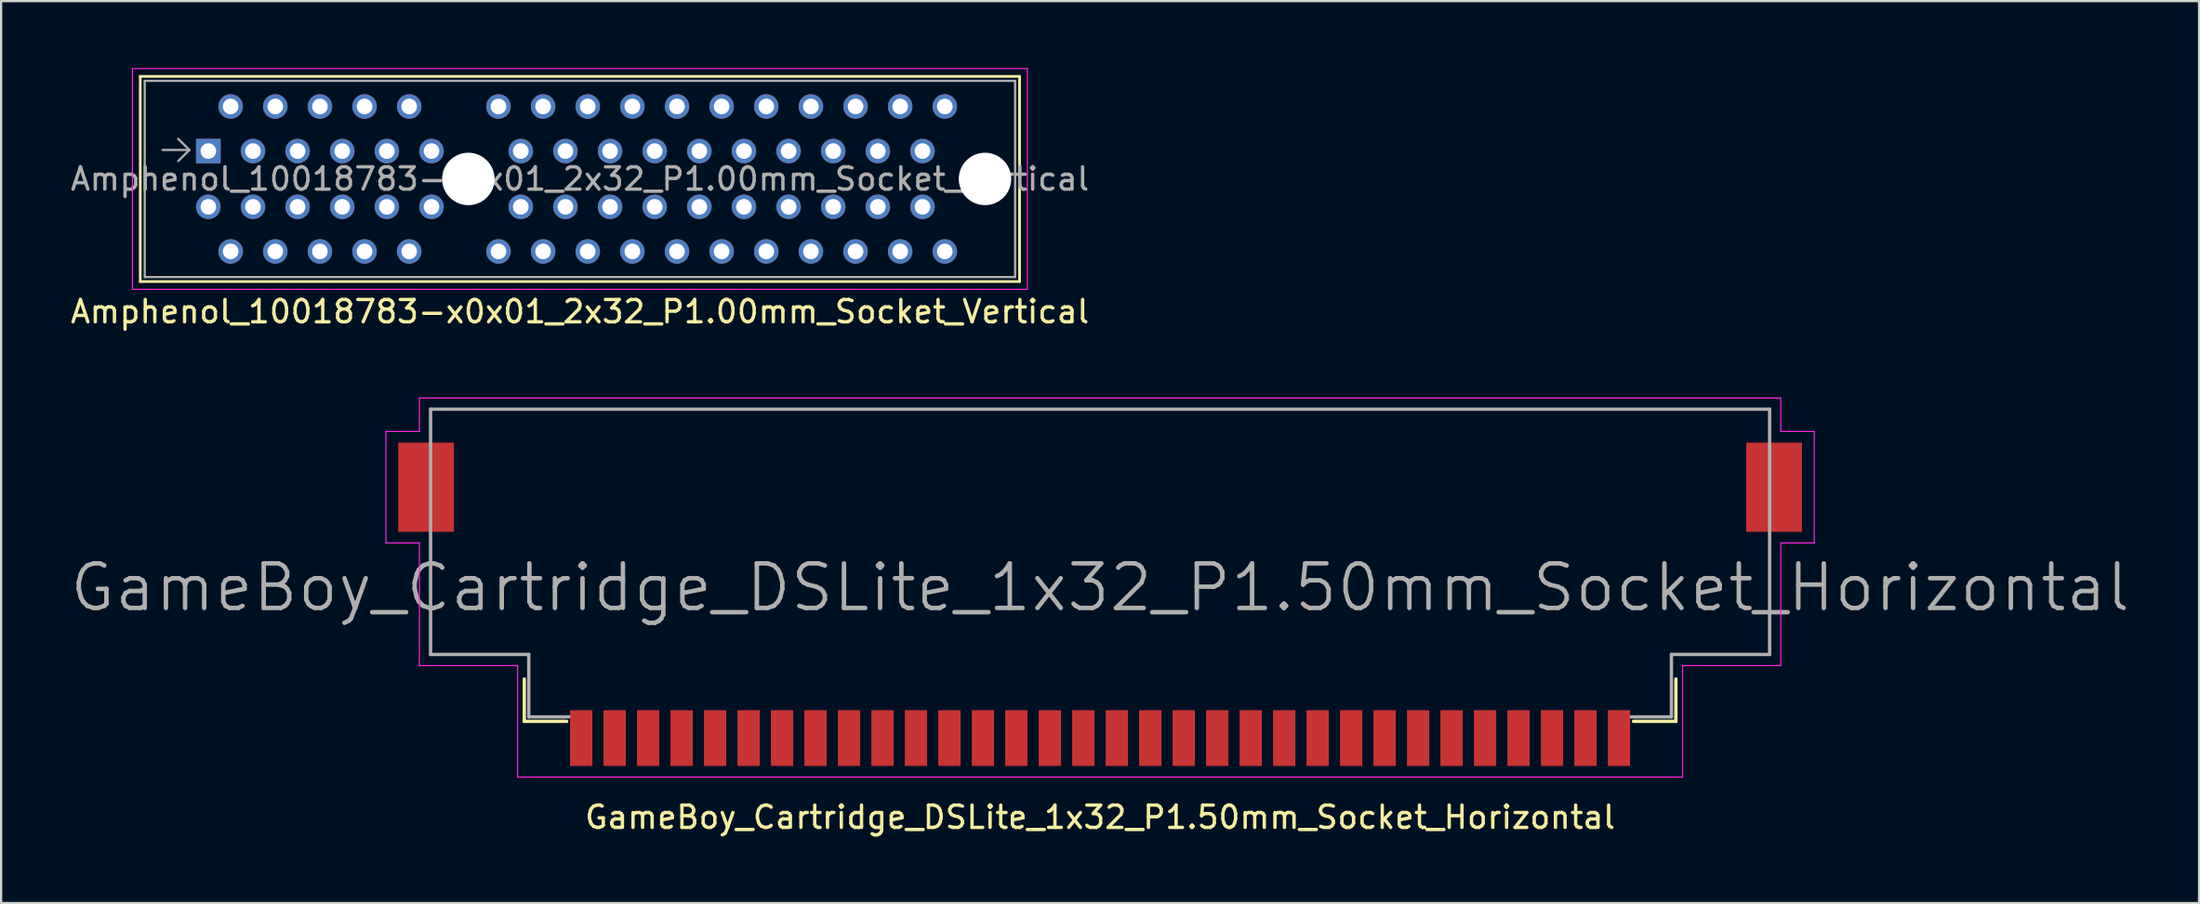
<source format=kicad_pcb>
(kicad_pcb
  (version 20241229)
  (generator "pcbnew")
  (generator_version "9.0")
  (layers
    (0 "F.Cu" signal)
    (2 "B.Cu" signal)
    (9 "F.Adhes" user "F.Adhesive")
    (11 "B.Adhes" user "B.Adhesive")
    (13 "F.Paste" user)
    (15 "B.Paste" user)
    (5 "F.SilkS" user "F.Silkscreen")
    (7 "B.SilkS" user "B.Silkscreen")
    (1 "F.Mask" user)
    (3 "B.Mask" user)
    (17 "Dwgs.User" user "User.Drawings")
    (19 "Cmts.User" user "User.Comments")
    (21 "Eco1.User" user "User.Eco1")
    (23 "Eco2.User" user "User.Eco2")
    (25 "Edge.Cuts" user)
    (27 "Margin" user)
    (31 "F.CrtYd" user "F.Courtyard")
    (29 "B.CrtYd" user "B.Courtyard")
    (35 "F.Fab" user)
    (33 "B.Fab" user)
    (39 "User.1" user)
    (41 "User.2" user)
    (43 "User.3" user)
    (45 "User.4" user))
  (footprint "Amphenol_10018783-x0x01_2x32_P1.00mm_Socket_Vertical"
    (layer "F.Cu")
    (at 6.285 3.725)
    (property "Reference" "Amphenol_10018783-x0x01_2x32_P1.00mm_Socket_Vertical" (at 16.65 7.2 0) (layer "F.SilkS") (effects (font (size 1 1) (thickness 0.15))))
    (attr through_hole)
    (fp_line (start -3.05 -3.35) (end -3.05 5.85) (stroke (width 0.12) (type solid)) (layer "F.SilkS"))
    (fp_line (start -3.05 5.85) (end 36.35 5.85) (stroke (width 0.12) (type solid)) (layer "F.SilkS"))
    (fp_line (start 36.35 -3.35) (end -3.05 -3.35) (stroke (width 0.12) (type solid)) (layer "F.SilkS"))
    (fp_line (start 36.35 5.85) (end 36.35 -3.35) (stroke (width 0.12) (type solid)) (layer "F.SilkS"))
    (fp_line (start -3.4 -3.7) (end -3.4 6.2) (stroke (width 0.05) (type solid)) (layer "F.CrtYd"))
    (fp_line (start -3.4 6.2) (end 36.7 6.2) (stroke (width 0.05) (type solid)) (layer "F.CrtYd"))
    (fp_line (start 36.7 -3.7) (end -3.4 -3.7) (stroke (width 0.05) (type solid)) (layer "F.CrtYd"))
    (fp_line (start 36.7 6.2) (end 36.7 -3.7) (stroke (width 0.05) (type solid)) (layer "F.CrtYd"))
    (fp_line (start -2.85 -3.15) (end -2.85 5.65) (stroke (width 0.1) (type solid)) (layer "F.Fab"))
    (fp_line (start -0.85 -0.05) (end -2.05 -0.05) (stroke (width 0.1) (type solid)) (layer "F.Fab"))
    (fp_line (start -0.85 -0.05) (end -1.35 -0.55) (stroke (width 0.1) (type solid)) (layer "F.Fab"))
    (fp_line (start -0.85 -0.05) (end -1.35 0.45) (stroke (width 0.1) (type solid)) (layer "F.Fab"))
    (fp_line (start 36.15 -3.15) (end -2.85 -3.15) (stroke (width 0.1) (type solid)) (layer "F.Fab"))
    (fp_line (start 36.15 -3.15) (end 36.15 5.65) (stroke (width 0.1) (type solid)) (layer "F.Fab"))
    (fp_line (start 36.15 5.65) (end -2.85 5.65) (stroke (width 0.1) (type solid)) (layer "F.Fab"))
    (fp_text user "${REFERENCE}" (at 16.65 1.25 0) (layer "F.Fab") (effects (font (size 1 1) (thickness 0.15))))
    (pad "" np_thru_hole circle (at 11.65 1.25) (size 2.35 2.35) (drill 2.35) (layers "*.Cu" "*.Mask"))
    (pad "" np_thru_hole circle (at 34.8 1.25) (size 2.35 2.35) (drill 2.35) (layers "*.Cu" "*.Mask"))
    (pad "A1" thru_hole rect (at 0 0) (size 1.1 1.1) (drill 0.7) (layers "*.Cu" "*.Mask"))
    (pad "A2" thru_hole circle (at 1 -2) (size 1.1 1.1) (drill 0.7) (layers "*.Cu" "*.Mask"))
    (pad "A3" thru_hole circle (at 2 0) (size 1.1 1.1) (drill 0.7) (layers "*.Cu" "*.Mask"))
    (pad "A4" thru_hole circle (at 3 -2) (size 1.1 1.1) (drill 0.7) (layers "*.Cu" "*.Mask"))
    (pad "A5" thru_hole circle (at 4 0) (size 1.1 1.1) (drill 0.7) (layers "*.Cu" "*.Mask"))
    (pad "A6" thru_hole circle (at 5 -2) (size 1.1 1.1) (drill 0.7) (layers "*.Cu" "*.Mask"))
    (pad "A7" thru_hole circle (at 6 0) (size 1.1 1.1) (drill 0.7) (layers "*.Cu" "*.Mask"))
    (pad "A8" thru_hole circle (at 7 -2) (size 1.1 1.1) (drill 0.7) (layers "*.Cu" "*.Mask"))
    (pad "A9" thru_hole circle (at 8 0) (size 1.1 1.1) (drill 0.7) (layers "*.Cu" "*.Mask"))
    (pad "A10" thru_hole circle (at 9 -2) (size 1.1 1.1) (drill 0.7) (layers "*.Cu" "*.Mask"))
    (pad "A11" thru_hole circle (at 10 0) (size 1.1 1.1) (drill 0.7) (layers "*.Cu" "*.Mask"))
    (pad "A12" thru_hole circle (at 13 -2) (size 1.1 1.1) (drill 0.7) (layers "*.Cu" "*.Mask"))
    (pad "A13" thru_hole circle (at 14 0) (size 1.1 1.1) (drill 0.7) (layers "*.Cu" "*.Mask"))
    (pad "A14" thru_hole circle (at 15 -2) (size 1.1 1.1) (drill 0.7) (layers "*.Cu" "*.Mask"))
    (pad "A15" thru_hole circle (at 16 0) (size 1.1 1.1) (drill 0.7) (layers "*.Cu" "*.Mask"))
    (pad "A16" thru_hole circle (at 17 -2) (size 1.1 1.1) (drill 0.7) (layers "*.Cu" "*.Mask"))
    (pad "A17" thru_hole circle (at 18 0) (size 1.1 1.1) (drill 0.7) (layers "*.Cu" "*.Mask"))
    (pad "A18" thru_hole circle (at 19 -2) (size 1.1 1.1) (drill 0.7) (layers "*.Cu" "*.Mask"))
    (pad "A19" thru_hole circle (at 20 0) (size 1.1 1.1) (drill 0.7) (layers "*.Cu" "*.Mask"))
    (pad "A20" thru_hole circle (at 21 -2) (size 1.1 1.1) (drill 0.7) (layers "*.Cu" "*.Mask"))
    (pad "A21" thru_hole circle (at 22 0) (size 1.1 1.1) (drill 0.7) (layers "*.Cu" "*.Mask"))
    (pad "A22" thru_hole circle (at 23 -2) (size 1.1 1.1) (drill 0.7) (layers "*.Cu" "*.Mask"))
    (pad "A23" thru_hole circle (at 24 0) (size 1.1 1.1) (drill 0.7) (layers "*.Cu" "*.Mask"))
    (pad "A24" thru_hole circle (at 25 -2) (size 1.1 1.1) (drill 0.7) (layers "*.Cu" "*.Mask"))
    (pad "A25" thru_hole circle (at 26 0) (size 1.1 1.1) (drill 0.7) (layers "*.Cu" "*.Mask"))
    (pad "A26" thru_hole circle (at 27 -2) (size 1.1 1.1) (drill 0.7) (layers "*.Cu" "*.Mask"))
    (pad "A27" thru_hole circle (at 28 0) (size 1.1 1.1) (drill 0.7) (layers "*.Cu" "*.Mask"))
    (pad "A28" thru_hole circle (at 29 -2) (size 1.1 1.1) (drill 0.7) (layers "*.Cu" "*.Mask"))
    (pad "A29" thru_hole circle (at 30 0) (size 1.1 1.1) (drill 0.7) (layers "*.Cu" "*.Mask"))
    (pad "A30" thru_hole circle (at 31 -2) (size 1.1 1.1) (drill 0.7) (layers "*.Cu" "*.Mask"))
    (pad "A31" thru_hole circle (at 32 0) (size 1.1 1.1) (drill 0.7) (layers "*.Cu" "*.Mask"))
    (pad "A32" thru_hole circle (at 33 -2) (size 1.1 1.1) (drill 0.7) (layers "*.Cu" "*.Mask"))
    (pad "B1" thru_hole circle (at 0 2.5) (size 1.1 1.1) (drill 0.7) (layers "*.Cu" "*.Mask"))
    (pad "B2" thru_hole circle (at 1 4.5) (size 1.1 1.1) (drill 0.7) (layers "*.Cu" "*.Mask"))
    (pad "B3" thru_hole circle (at 2 2.5) (size 1.1 1.1) (drill 0.7) (layers "*.Cu" "*.Mask"))
    (pad "B4" thru_hole circle (at 3 4.5) (size 1.1 1.1) (drill 0.7) (layers "*.Cu" "*.Mask"))
    (pad "B5" thru_hole circle (at 4 2.5) (size 1.1 1.1) (drill 0.7) (layers "*.Cu" "*.Mask"))
    (pad "B6" thru_hole circle (at 5 4.5) (size 1.1 1.1) (drill 0.7) (layers "*.Cu" "*.Mask"))
    (pad "B7" thru_hole circle (at 6 2.5) (size 1.1 1.1) (drill 0.7) (layers "*.Cu" "*.Mask"))
    (pad "B8" thru_hole circle (at 7 4.5) (size 1.1 1.1) (drill 0.7) (layers "*.Cu" "*.Mask"))
    (pad "B9" thru_hole circle (at 8 2.5) (size 1.1 1.1) (drill 0.7) (layers "*.Cu" "*.Mask"))
    (pad "B10" thru_hole circle (at 9 4.5) (size 1.1 1.1) (drill 0.7) (layers "*.Cu" "*.Mask"))
    (pad "B11" thru_hole circle (at 10 2.5) (size 1.1 1.1) (drill 0.7) (layers "*.Cu" "*.Mask"))
    (pad "B12" thru_hole circle (at 13 4.5) (size 1.1 1.1) (drill 0.7) (layers "*.Cu" "*.Mask"))
    (pad "B13" thru_hole circle (at 14 2.5) (size 1.1 1.1) (drill 0.7) (layers "*.Cu" "*.Mask"))
    (pad "B14" thru_hole circle (at 15 4.5) (size 1.1 1.1) (drill 0.7) (layers "*.Cu" "*.Mask"))
    (pad "B15" thru_hole circle (at 16 2.5) (size 1.1 1.1) (drill 0.7) (layers "*.Cu" "*.Mask"))
    (pad "B16" thru_hole circle (at 17 4.5) (size 1.1 1.1) (drill 0.7) (layers "*.Cu" "*.Mask"))
    (pad "B17" thru_hole circle (at 18 2.5) (size 1.1 1.1) (drill 0.7) (layers "*.Cu" "*.Mask"))
    (pad "B18" thru_hole circle (at 19 4.5) (size 1.1 1.1) (drill 0.7) (layers "*.Cu" "*.Mask"))
    (pad "B19" thru_hole circle (at 20 2.5) (size 1.1 1.1) (drill 0.7) (layers "*.Cu" "*.Mask"))
    (pad "B20" thru_hole circle (at 21 4.5) (size 1.1 1.1) (drill 0.7) (layers "*.Cu" "*.Mask"))
    (pad "B21" thru_hole circle (at 22 2.5) (size 1.1 1.1) (drill 0.7) (layers "*.Cu" "*.Mask"))
    (pad "B22" thru_hole circle (at 23 4.5) (size 1.1 1.1) (drill 0.7) (layers "*.Cu" "*.Mask"))
    (pad "B23" thru_hole circle (at 24 2.5) (size 1.1 1.1) (drill 0.7) (layers "*.Cu" "*.Mask"))
    (pad "B24" thru_hole circle (at 25 4.5) (size 1.1 1.1) (drill 0.7) (layers "*.Cu" "*.Mask"))
    (pad "B25" thru_hole circle (at 26 2.5) (size 1.1 1.1) (drill 0.7) (layers "*.Cu" "*.Mask"))
    (pad "B26" thru_hole circle (at 27 4.5) (size 1.1 1.1) (drill 0.7) (layers "*.Cu" "*.Mask"))
    (pad "B27" thru_hole circle (at 28 2.5) (size 1.1 1.1) (drill 0.7) (layers "*.Cu" "*.Mask"))
    (pad "B28" thru_hole circle (at 29 4.5) (size 1.1 1.1) (drill 0.7) (layers "*.Cu" "*.Mask"))
    (pad "B29" thru_hole circle (at 30 2.5) (size 1.1 1.1) (drill 0.7) (layers "*.Cu" "*.Mask"))
    (pad "B30" thru_hole circle (at 31 4.5) (size 1.1 1.1) (drill 0.7) (layers "*.Cu" "*.Mask"))
    (pad "B31" thru_hole circle (at 32 2.5) (size 1.1 1.1) (drill 0.7) (layers "*.Cu" "*.Mask"))
    (pad "B32" thru_hole circle (at 33 4.5) (size 1.1 1.1) (drill 0.7) (layers "*.Cu" "*.Mask")))
  (footprint "GameBoy_Cartridge_DSLite_1x32_P1.50mm_Socket_Horizontal"
    (layer "F.Cu")
    (at 46.243 24.048)
    (property "Reference" "GameBoy_Cartridge_DSLite_1x32_P1.50mm_Socket_Horizontal" (at 0 9.55 180) (layer "F.SilkS") (effects (font (size 1 1) (thickness 0.15))))
    (attr smd)
    (fp_line (start -25.8 5.25) (end -25.8 3.35) (stroke (width 0.15) (type solid)) (layer "F.SilkS"))
    (fp_line (start -23.9 5.25) (end -25.8 5.25) (stroke (width 0.15) (type solid)) (layer "F.SilkS"))
    (fp_line (start 23.9 5.25) (end 25.8 5.25) (stroke (width 0.15) (type solid)) (layer "F.SilkS"))
    (fp_line (start 25.8 5.25) (end 25.8 3.35) (stroke (width 0.15) (type solid)) (layer "F.SilkS"))
    (fp_line (start -32 -7.75) (end -32 -2.75) (stroke (width 0.05) (type solid)) (layer "F.CrtYd"))
    (fp_line (start -32 -2.75) (end -30.5 -2.75) (stroke (width 0.05) (type solid)) (layer "F.CrtYd"))
    (fp_line (start -30.5 -9.25) (end -30.5 -7.75) (stroke (width 0.05) (type solid)) (layer "F.CrtYd"))
    (fp_line (start -30.5 -9.25) (end 30.5 -9.25) (stroke (width 0.05) (type solid)) (layer "F.CrtYd"))
    (fp_line (start -30.5 -7.75) (end -32 -7.75) (stroke (width 0.05) (type solid)) (layer "F.CrtYd"))
    (fp_line (start -30.5 -2.75) (end -30.5 2.75) (stroke (width 0.05) (type solid)) (layer "F.CrtYd"))
    (fp_line (start -30.5 2.75) (end -26.1 2.75) (stroke (width 0.05) (type solid)) (layer "F.CrtYd"))
    (fp_line (start -26.1 2.75) (end -26.1 7.75) (stroke (width 0.05) (type solid)) (layer "F.CrtYd"))
    (fp_line (start -26.1 7.75) (end 26.1 7.75) (stroke (width 0.05) (type solid)) (layer "F.CrtYd"))
    (fp_line (start 26.1 2.75) (end 30.5 2.75) (stroke (width 0.05) (type solid)) (layer "F.CrtYd"))
    (fp_line (start 26.1 7.75) (end 26.1 2.75) (stroke (width 0.05) (type solid)) (layer "F.CrtYd"))
    (fp_line (start 30.5 -7.75) (end 30.5 -9.25) (stroke (width 0.05) (type solid)) (layer "F.CrtYd"))
    (fp_line (start 30.5 -2.75) (end 32 -2.75) (stroke (width 0.05) (type solid)) (layer "F.CrtYd"))
    (fp_line (start 30.5 2.75) (end 30.5 -2.75) (stroke (width 0.05) (type solid)) (layer "F.CrtYd"))
    (fp_line (start 32 -7.75) (end 30.5 -7.75) (stroke (width 0.05) (type solid)) (layer "F.CrtYd"))
    (fp_line (start 32 -2.75) (end 32 -7.75) (stroke (width 0.05) (type solid)) (layer "F.CrtYd"))
    (fp_line (start -30 -8.75) (end 30 -8.75) (stroke (width 0.15) (type solid)) (layer "F.Fab"))
    (fp_line (start -30 2.25) (end -30 -8.75) (stroke (width 0.15) (type solid)) (layer "F.Fab"))
    (fp_line (start -25.6 2.25) (end -30 2.25) (stroke (width 0.15) (type solid)) (layer "F.Fab"))
    (fp_line (start -25.6 5.05) (end -25.6 2.25) (stroke (width 0.15) (type solid)) (layer "F.Fab"))
    (fp_line (start -23.8 5.05) (end -25.6 5.05) (stroke (width 0.15) (type solid)) (layer "F.Fab"))
    (fp_line (start 23.8 5.05) (end 25.6 5.05) (stroke (width 0.15) (type solid)) (layer "F.Fab"))
    (fp_line (start 25.6 2.25) (end 30 2.25) (stroke (width 0.15) (type solid)) (layer "F.Fab"))
    (fp_line (start 25.6 5.05) (end 25.6 2.25) (stroke (width 0.15) (type solid)) (layer "F.Fab"))
    (fp_line (start 30 2.25) (end 30 -8.75) (stroke (width 0.15) (type solid)) (layer "F.Fab"))
    (fp_text user "${REFERENCE}" (at 0 -0.75 0) (layer "F.Fab") (effects (font (size 2 2) (thickness 0.2))))
    (pad "1" smd rect (at -23.25 6) (size 1 2.5) (layers "F.Cu" "F.Mask" "F.Paste"))
    (pad "2" smd rect (at -21.75 6) (size 1 2.5) (layers "F.Cu" "F.Mask" "F.Paste"))
    (pad "3" smd rect (at -20.25 6) (size 1 2.5) (layers "F.Cu" "F.Mask" "F.Paste"))
    (pad "4" smd rect (at -18.75 6) (size 1 2.5) (layers "F.Cu" "F.Mask" "F.Paste"))
    (pad "5" smd rect (at -17.25 6) (size 1 2.5) (layers "F.Cu" "F.Mask" "F.Paste"))
    (pad "6" smd rect (at -15.75 6) (size 1 2.5) (layers "F.Cu" "F.Mask" "F.Paste"))
    (pad "7" smd rect (at -14.25 6) (size 1 2.5) (layers "F.Cu" "F.Mask" "F.Paste"))
    (pad "8" smd rect (at -12.75 6) (size 1 2.5) (layers "F.Cu" "F.Mask" "F.Paste"))
    (pad "9" smd rect (at -11.25 6) (size 1 2.5) (layers "F.Cu" "F.Mask" "F.Paste"))
    (pad "10" smd rect (at -9.75 6) (size 1 2.5) (layers "F.Cu" "F.Mask" "F.Paste"))
    (pad "11" smd rect (at -8.25 6) (size 1 2.5) (layers "F.Cu" "F.Mask" "F.Paste"))
    (pad "12" smd rect (at -6.75 6) (size 1 2.5) (layers "F.Cu" "F.Mask" "F.Paste"))
    (pad "13" smd rect (at -5.25 6) (size 1 2.5) (layers "F.Cu" "F.Mask" "F.Paste"))
    (pad "14" smd rect (at -3.75 6) (size 1 2.5) (layers "F.Cu" "F.Mask" "F.Paste"))
    (pad "15" smd rect (at -2.25 6) (size 1 2.5) (layers "F.Cu" "F.Mask" "F.Paste"))
    (pad "16" smd rect (at -0.75 6) (size 1 2.5) (layers "F.Cu" "F.Mask" "F.Paste"))
    (pad "17" smd rect (at 0.75 6) (size 1 2.5) (layers "F.Cu" "F.Mask" "F.Paste"))
    (pad "18" smd rect (at 2.25 6) (size 1 2.5) (layers "F.Cu" "F.Mask" "F.Paste"))
    (pad "19" smd rect (at 3.75 6) (size 1 2.5) (layers "F.Cu" "F.Mask" "F.Paste"))
    (pad "20" smd rect (at 5.25 6) (size 1 2.5) (layers "F.Cu" "F.Mask" "F.Paste"))
    (pad "21" smd rect (at 6.75 6) (size 1 2.5) (layers "F.Cu" "F.Mask" "F.Paste"))
    (pad "22" smd rect (at 8.25 6) (size 1 2.5) (layers "F.Cu" "F.Mask" "F.Paste"))
    (pad "23" smd rect (at 9.75 6) (size 1 2.5) (layers "F.Cu" "F.Mask" "F.Paste"))
    (pad "24" smd rect (at 11.25 6) (size 1 2.5) (layers "F.Cu" "F.Mask" "F.Paste"))
    (pad "25" smd rect (at 12.75 6) (size 1 2.5) (layers "F.Cu" "F.Mask" "F.Paste"))
    (pad "26" smd rect (at 14.25 6) (size 1 2.5) (layers "F.Cu" "F.Mask" "F.Paste"))
    (pad "27" smd rect (at 15.75 6) (size 1 2.5) (layers "F.Cu" "F.Mask" "F.Paste"))
    (pad "28" smd rect (at 17.25 6) (size 1 2.5) (layers "F.Cu" "F.Mask" "F.Paste"))
    (pad "29" smd rect (at 18.75 6) (size 1 2.5) (layers "F.Cu" "F.Mask" "F.Paste"))
    (pad "30" smd rect (at 20.25 6) (size 1 2.5) (layers "F.Cu" "F.Mask" "F.Paste"))
    (pad "31" smd rect (at 21.75 6) (size 1 2.5) (layers "F.Cu" "F.Mask" "F.Paste"))
    (pad "32" smd rect (at -30.2 -5.25) (size 2.5 4) (layers "F.Cu" "F.Mask" "F.Paste"))
    (pad "32" smd rect (at 23.25 6) (size 1 2.5) (layers "F.Cu" "F.Mask" "F.Paste"))
    (pad "32" smd rect (at 30.2 -5.25) (size 2.5 4) (layers "F.Cu" "F.Mask" "F.Paste")))
  (gr_rect
    (start -3 -3)
    (end 95.486 37.447)
    (stroke (width 0.1) (type default))
    (fill no)
    (layer "Edge.Cuts")))
</source>
